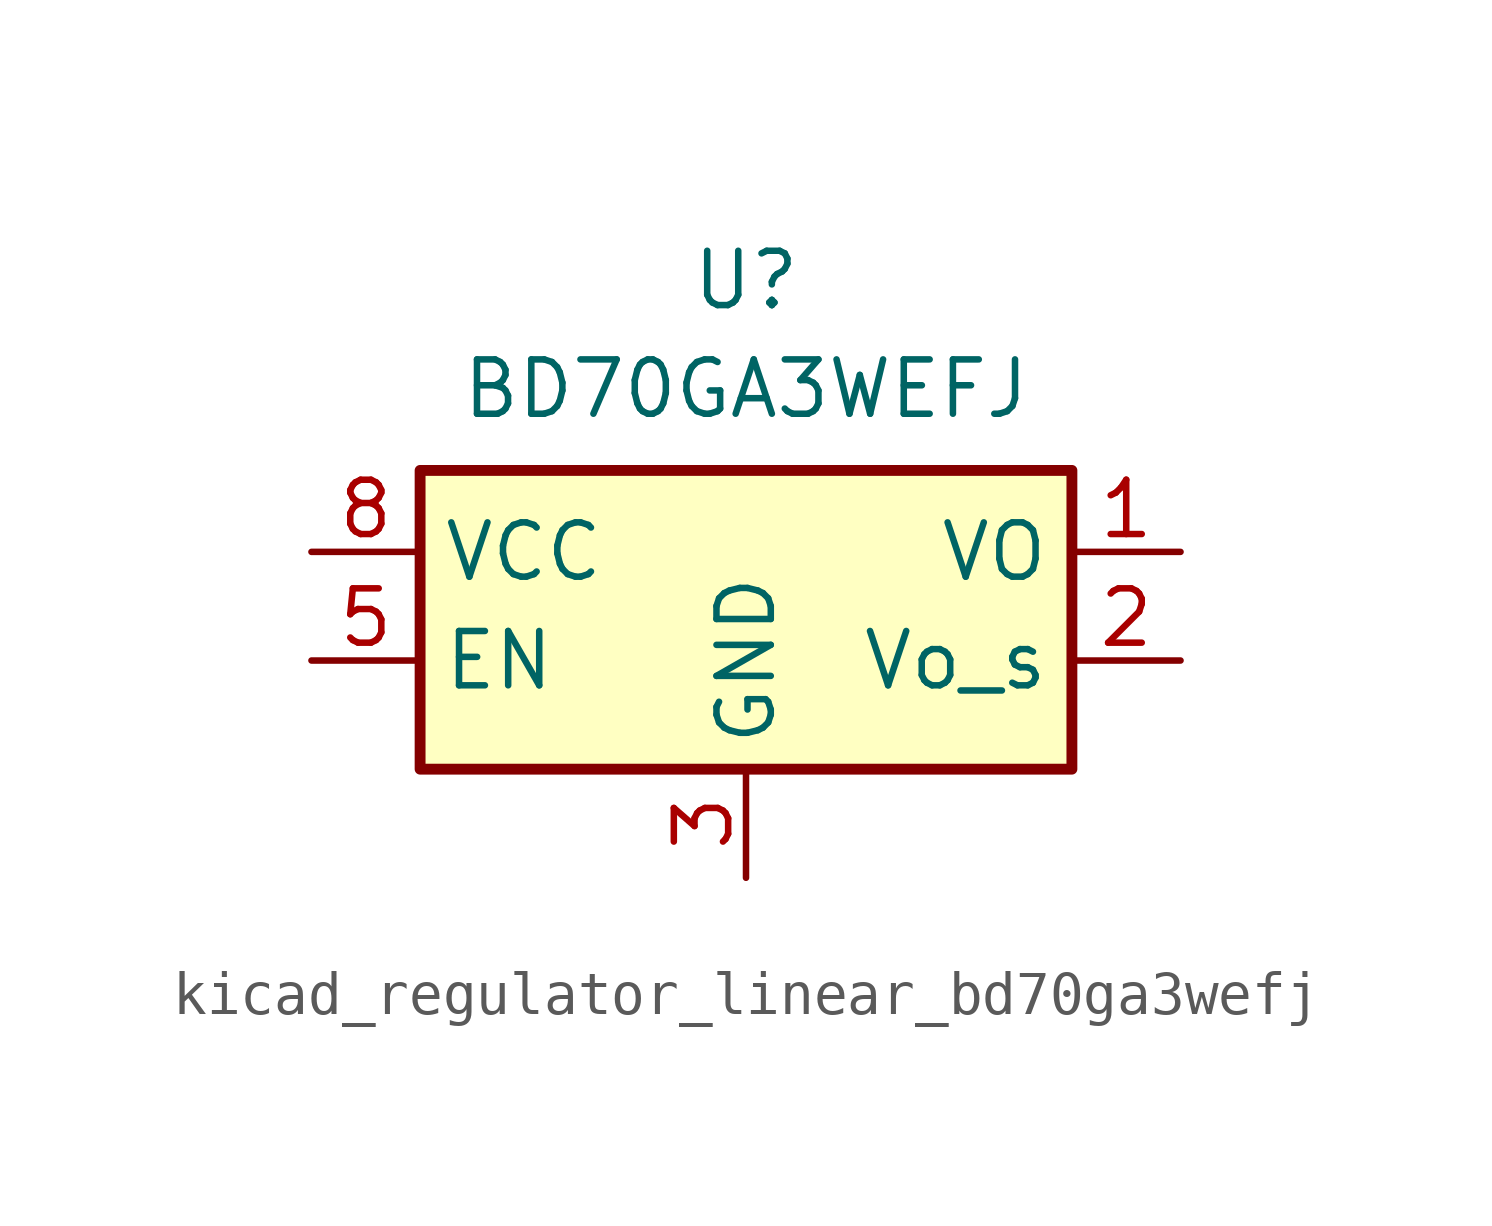
<source format=kicad_sym>
(kicad_symbol_lib
  (version 20220914)
  (generator kicad_symbol_editor)
  (symbol "kicad_regulator_linear_bd70ga3wefj"
    (property "Reference" "U"
      (at 0 6.35 0)
      (effects (font (size 1.27 1.27))))
    (property "Value" "BD70GA3WEFJ"
      (at 0 3.81 0)
      (effects (font (size 1.27 1.27))))
    (symbol "kicad_regulator_linear_bd70ga3wefj_1_1"
      (rectangle (start -7.62 -5.08) (end 7.62 1.905) (stroke (width 0.254) (type default)) (fill (type background)))
      (pin power_out line (at 10.16 0 180) (length 2.54) (name "VO" (effects (font (size 1.27 1.27)))) (number "1" (effects (font (size 1.27 1.27)))))
      (pin input line (at 10.16 -2.54 180) (length 2.54) (name "Vo_s" (effects (font (size 1.27 1.27)))) (number "2" (effects (font (size 1.27 1.27)))))
      (pin power_in line (at 0 -7.62 90) (length 2.54) (name "GND" (effects (font (size 1.27 1.27)))) (number "3" (effects (font (size 1.27 1.27)))))
      (pin passive line (at 0 -7.62 90) (length 2.54) hide (name "GND" (effects (font (size 1.27 1.27)))) (number "4" (effects (font (size 1.27 1.27)))))
      (pin input line (at -10.16 -2.54 0) (length 2.54) (name "EN" (effects (font (size 1.27 1.27)))) (number "5" (effects (font (size 1.27 1.27)))))
      (pin passive line (at 0 -7.62 90) (length 2.54) hide (name "GND" (effects (font (size 1.27 1.27)))) (number "6" (effects (font (size 1.27 1.27)))))
      (pin passive line (at 0 -7.62 90) (length 2.54) hide (name "GND" (effects (font (size 1.27 1.27)))) (number "7" (effects (font (size 1.27 1.27)))))
      (pin power_in line (at -10.16 0 0) (length 2.54) (name "VCC" (effects (font (size 1.27 1.27)))) (number "8" (effects (font (size 1.27 1.27)))))
      (pin passive line (at 0 -7.62 90) (length 2.54) hide (name "GND" (effects (font (size 1.27 1.27)))) (number "9" (effects (font (size 1.27 1.27))))))))
</source>
